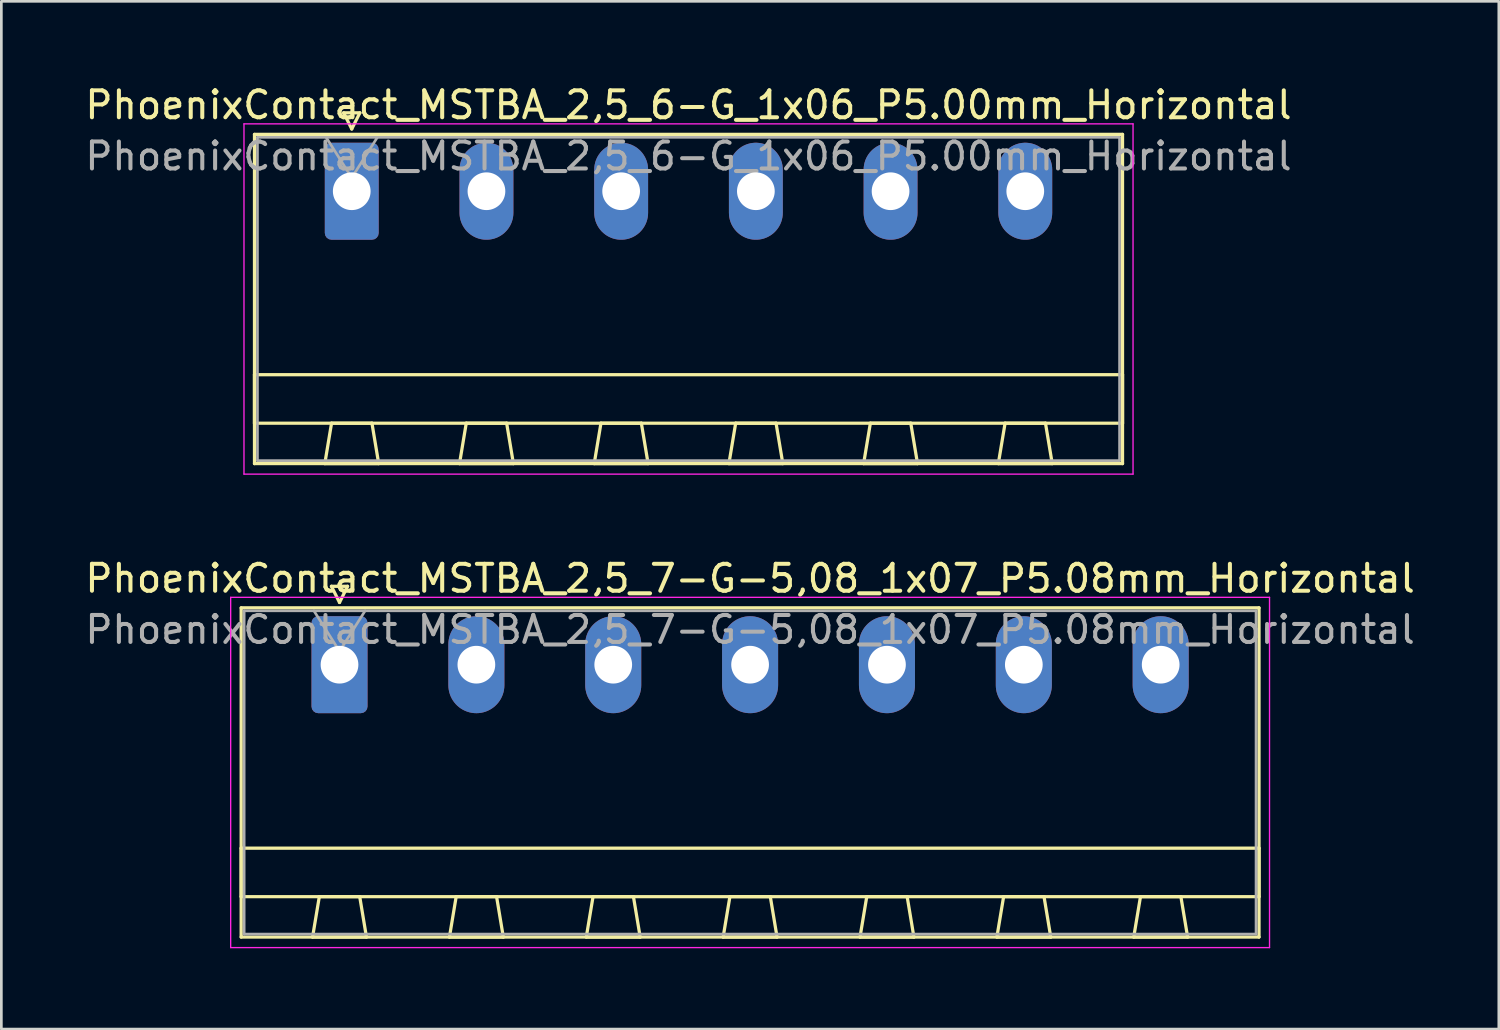
<source format=kicad_pcb>
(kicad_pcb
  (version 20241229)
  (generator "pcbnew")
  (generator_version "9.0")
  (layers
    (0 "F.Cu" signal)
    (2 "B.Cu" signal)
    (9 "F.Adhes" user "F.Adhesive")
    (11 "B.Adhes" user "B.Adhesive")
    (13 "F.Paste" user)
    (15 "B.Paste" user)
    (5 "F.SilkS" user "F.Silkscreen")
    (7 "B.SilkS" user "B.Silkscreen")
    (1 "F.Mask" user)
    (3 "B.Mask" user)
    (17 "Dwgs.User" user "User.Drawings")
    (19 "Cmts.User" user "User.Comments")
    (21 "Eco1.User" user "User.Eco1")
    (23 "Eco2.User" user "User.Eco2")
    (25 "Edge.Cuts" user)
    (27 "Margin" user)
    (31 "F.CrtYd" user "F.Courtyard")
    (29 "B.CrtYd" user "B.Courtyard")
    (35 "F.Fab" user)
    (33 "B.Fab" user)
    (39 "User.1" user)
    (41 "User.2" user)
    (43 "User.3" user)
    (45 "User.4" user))
  (footprint "PhoenixContact_MSTBA_2,5_6-G_1x06_P5.00mm_Horizontal"
    (layer "F.Cu")
    (at 10.006 4.048)
    (property "Reference" "PhoenixContact_MSTBA_2,5_6-G_1x06_P5.00mm_Horizontal" (at 12.5 -3.2 0) (layer "F.SilkS") (effects (font (size 1 1) (thickness 0.15))))
    (attr through_hole)
    (fp_line (start -3.61 -2.11) (end -3.61 10.11) (stroke (width 0.12) (type solid)) (layer "F.SilkS"))
    (fp_line (start -3.61 6.81) (end 28.61 6.81) (stroke (width 0.12) (type solid)) (layer "F.SilkS"))
    (fp_line (start -3.61 8.61) (end -3.61 6.81) (stroke (width 0.12) (type solid)) (layer "F.SilkS"))
    (fp_line (start -3.61 10.11) (end 28.61 10.11) (stroke (width 0.12) (type solid)) (layer "F.SilkS"))
    (fp_line (start -1 10.11) (end 1 10.11) (stroke (width 0.12) (type solid)) (layer "F.SilkS"))
    (fp_line (start -0.75 8.61) (end -1 10.11) (stroke (width 0.12) (type solid)) (layer "F.SilkS"))
    (fp_line (start -0.3 -2.91) (end 0.3 -2.91) (stroke (width 0.12) (type solid)) (layer "F.SilkS"))
    (fp_line (start 0 -2.31) (end -0.3 -2.91) (stroke (width 0.12) (type solid)) (layer "F.SilkS"))
    (fp_line (start 0.3 -2.91) (end 0 -2.31) (stroke (width 0.12) (type solid)) (layer "F.SilkS"))
    (fp_line (start 0.75 8.61) (end -0.75 8.61) (stroke (width 0.12) (type solid)) (layer "F.SilkS"))
    (fp_line (start 1 10.11) (end 0.75 8.61) (stroke (width 0.12) (type solid)) (layer "F.SilkS"))
    (fp_line (start 4 10.11) (end 6 10.11) (stroke (width 0.12) (type solid)) (layer "F.SilkS"))
    (fp_line (start 4.25 8.61) (end 4 10.11) (stroke (width 0.12) (type solid)) (layer "F.SilkS"))
    (fp_line (start 5.75 8.61) (end 4.25 8.61) (stroke (width 0.12) (type solid)) (layer "F.SilkS"))
    (fp_line (start 6 10.11) (end 5.75 8.61) (stroke (width 0.12) (type solid)) (layer "F.SilkS"))
    (fp_line (start 9 10.11) (end 11 10.11) (stroke (width 0.12) (type solid)) (layer "F.SilkS"))
    (fp_line (start 9.25 8.61) (end 9 10.11) (stroke (width 0.12) (type solid)) (layer "F.SilkS"))
    (fp_line (start 10.75 8.61) (end 9.25 8.61) (stroke (width 0.12) (type solid)) (layer "F.SilkS"))
    (fp_line (start 11 10.11) (end 10.75 8.61) (stroke (width 0.12) (type solid)) (layer "F.SilkS"))
    (fp_line (start 14 10.11) (end 16 10.11) (stroke (width 0.12) (type solid)) (layer "F.SilkS"))
    (fp_line (start 14.25 8.61) (end 14 10.11) (stroke (width 0.12) (type solid)) (layer "F.SilkS"))
    (fp_line (start 15.75 8.61) (end 14.25 8.61) (stroke (width 0.12) (type solid)) (layer "F.SilkS"))
    (fp_line (start 16 10.11) (end 15.75 8.61) (stroke (width 0.12) (type solid)) (layer "F.SilkS"))
    (fp_line (start 19 10.11) (end 21 10.11) (stroke (width 0.12) (type solid)) (layer "F.SilkS"))
    (fp_line (start 19.25 8.61) (end 19 10.11) (stroke (width 0.12) (type solid)) (layer "F.SilkS"))
    (fp_line (start 20.75 8.61) (end 19.25 8.61) (stroke (width 0.12) (type solid)) (layer "F.SilkS"))
    (fp_line (start 21 10.11) (end 20.75 8.61) (stroke (width 0.12) (type solid)) (layer "F.SilkS"))
    (fp_line (start 24 10.11) (end 26 10.11) (stroke (width 0.12) (type solid)) (layer "F.SilkS"))
    (fp_line (start 24.25 8.61) (end 24 10.11) (stroke (width 0.12) (type solid)) (layer "F.SilkS"))
    (fp_line (start 25.75 8.61) (end 24.25 8.61) (stroke (width 0.12) (type solid)) (layer "F.SilkS"))
    (fp_line (start 26 10.11) (end 25.75 8.61) (stroke (width 0.12) (type solid)) (layer "F.SilkS"))
    (fp_line (start 28.61 -2.11) (end -3.61 -2.11) (stroke (width 0.12) (type solid)) (layer "F.SilkS"))
    (fp_line (start 28.61 6.81) (end 28.61 8.61) (stroke (width 0.12) (type solid)) (layer "F.SilkS"))
    (fp_line (start 28.61 8.61) (end -3.61 8.61) (stroke (width 0.12) (type solid)) (layer "F.SilkS"))
    (fp_line (start 28.61 10.11) (end 28.61 -2.11) (stroke (width 0.12) (type solid)) (layer "F.SilkS"))
    (fp_line (start -4 -2.5) (end -4 10.5) (stroke (width 0.05) (type solid)) (layer "F.CrtYd"))
    (fp_line (start -4 10.5) (end 29 10.5) (stroke (width 0.05) (type solid)) (layer "F.CrtYd"))
    (fp_line (start 29 -2.5) (end -4 -2.5) (stroke (width 0.05) (type solid)) (layer "F.CrtYd"))
    (fp_line (start 29 10.5) (end 29 -2.5) (stroke (width 0.05) (type solid)) (layer "F.CrtYd"))
    (fp_line (start -3.5 -2) (end -3.5 10) (stroke (width 0.1) (type solid)) (layer "F.Fab"))
    (fp_line (start -3.5 10) (end 28.5 10) (stroke (width 0.1) (type solid)) (layer "F.Fab"))
    (fp_line (start 0 -0.5) (end -0.95 -2) (stroke (width 0.1) (type solid)) (layer "F.Fab"))
    (fp_line (start 0.95 -2) (end 0 -0.5) (stroke (width 0.1) (type solid)) (layer "F.Fab"))
    (fp_line (start 28.5 -2) (end -3.5 -2) (stroke (width 0.1) (type solid)) (layer "F.Fab"))
    (fp_line (start 28.5 10) (end 28.5 -2) (stroke (width 0.1) (type solid)) (layer "F.Fab"))
    (fp_text user "${REFERENCE}" (at 12.5 -1.3 0) (layer "F.Fab") (effects (font (size 1 1) (thickness 0.15))))
    (pad "1" thru_hole roundrect (at 0 0) (size 2 3.6) (drill 1.4) (layers "*.Cu" "*.Mask") (roundrect_rratio 0.125))
    (pad "2" thru_hole oval (at 5 0) (size 2 3.6) (drill 1.4) (layers "*.Cu" "*.Mask"))
    (pad "3" thru_hole oval (at 10 0) (size 2 3.6) (drill 1.4) (layers "*.Cu" "*.Mask"))
    (pad "4" thru_hole oval (at 15 0) (size 2 3.6) (drill 1.4) (layers "*.Cu" "*.Mask"))
    (pad "5" thru_hole oval (at 20 0) (size 2 3.6) (drill 1.4) (layers "*.Cu" "*.Mask"))
    (pad "6" thru_hole oval (at 25 0) (size 2 3.6) (drill 1.4) (layers "*.Cu" "*.Mask")))
  (footprint "PhoenixContact_MSTBA_2,5_7-G-5,08_1x07_P5.08mm_Horizontal"
    (layer "F.Cu")
    (at 9.552 21.622)
    (property "Reference" "PhoenixContact_MSTBA_2,5_7-G-5,08_1x07_P5.08mm_Horizontal" (at 15.24 -3.2 0) (layer "F.SilkS") (effects (font (size 1 1) (thickness 0.15))))
    (attr through_hole)
    (fp_line (start -3.65 -2.11) (end -3.65 10.11) (stroke (width 0.12) (type solid)) (layer "F.SilkS"))
    (fp_line (start -3.65 6.81) (end 34.13 6.81) (stroke (width 0.12) (type solid)) (layer "F.SilkS"))
    (fp_line (start -3.65 8.61) (end -3.65 6.81) (stroke (width 0.12) (type solid)) (layer "F.SilkS"))
    (fp_line (start -3.65 10.11) (end 34.13 10.11) (stroke (width 0.12) (type solid)) (layer "F.SilkS"))
    (fp_line (start -1 10.11) (end 1 10.11) (stroke (width 0.12) (type solid)) (layer "F.SilkS"))
    (fp_line (start -0.75 8.61) (end -1 10.11) (stroke (width 0.12) (type solid)) (layer "F.SilkS"))
    (fp_line (start -0.3 -2.91) (end 0.3 -2.91) (stroke (width 0.12) (type solid)) (layer "F.SilkS"))
    (fp_line (start 0 -2.31) (end -0.3 -2.91) (stroke (width 0.12) (type solid)) (layer "F.SilkS"))
    (fp_line (start 0.3 -2.91) (end 0 -2.31) (stroke (width 0.12) (type solid)) (layer "F.SilkS"))
    (fp_line (start 0.75 8.61) (end -0.75 8.61) (stroke (width 0.12) (type solid)) (layer "F.SilkS"))
    (fp_line (start 1 10.11) (end 0.75 8.61) (stroke (width 0.12) (type solid)) (layer "F.SilkS"))
    (fp_line (start 4.08 10.11) (end 6.08 10.11) (stroke (width 0.12) (type solid)) (layer "F.SilkS"))
    (fp_line (start 4.33 8.61) (end 4.08 10.11) (stroke (width 0.12) (type solid)) (layer "F.SilkS"))
    (fp_line (start 5.83 8.61) (end 4.33 8.61) (stroke (width 0.12) (type solid)) (layer "F.SilkS"))
    (fp_line (start 6.08 10.11) (end 5.83 8.61) (stroke (width 0.12) (type solid)) (layer "F.SilkS"))
    (fp_line (start 9.16 10.11) (end 11.16 10.11) (stroke (width 0.12) (type solid)) (layer "F.SilkS"))
    (fp_line (start 9.41 8.61) (end 9.16 10.11) (stroke (width 0.12) (type solid)) (layer "F.SilkS"))
    (fp_line (start 10.91 8.61) (end 9.41 8.61) (stroke (width 0.12) (type solid)) (layer "F.SilkS"))
    (fp_line (start 11.16 10.11) (end 10.91 8.61) (stroke (width 0.12) (type solid)) (layer "F.SilkS"))
    (fp_line (start 14.24 10.11) (end 16.24 10.11) (stroke (width 0.12) (type solid)) (layer "F.SilkS"))
    (fp_line (start 14.49 8.61) (end 14.24 10.11) (stroke (width 0.12) (type solid)) (layer "F.SilkS"))
    (fp_line (start 15.99 8.61) (end 14.49 8.61) (stroke (width 0.12) (type solid)) (layer "F.SilkS"))
    (fp_line (start 16.24 10.11) (end 15.99 8.61) (stroke (width 0.12) (type solid)) (layer "F.SilkS"))
    (fp_line (start 19.32 10.11) (end 21.32 10.11) (stroke (width 0.12) (type solid)) (layer "F.SilkS"))
    (fp_line (start 19.57 8.61) (end 19.32 10.11) (stroke (width 0.12) (type solid)) (layer "F.SilkS"))
    (fp_line (start 21.07 8.61) (end 19.57 8.61) (stroke (width 0.12) (type solid)) (layer "F.SilkS"))
    (fp_line (start 21.32 10.11) (end 21.07 8.61) (stroke (width 0.12) (type solid)) (layer "F.SilkS"))
    (fp_line (start 24.4 10.11) (end 26.4 10.11) (stroke (width 0.12) (type solid)) (layer "F.SilkS"))
    (fp_line (start 24.65 8.61) (end 24.4 10.11) (stroke (width 0.12) (type solid)) (layer "F.SilkS"))
    (fp_line (start 26.15 8.61) (end 24.65 8.61) (stroke (width 0.12) (type solid)) (layer "F.SilkS"))
    (fp_line (start 26.4 10.11) (end 26.15 8.61) (stroke (width 0.12) (type solid)) (layer "F.SilkS"))
    (fp_line (start 29.48 10.11) (end 31.48 10.11) (stroke (width 0.12) (type solid)) (layer "F.SilkS"))
    (fp_line (start 29.73 8.61) (end 29.48 10.11) (stroke (width 0.12) (type solid)) (layer "F.SilkS"))
    (fp_line (start 31.23 8.61) (end 29.73 8.61) (stroke (width 0.12) (type solid)) (layer "F.SilkS"))
    (fp_line (start 31.48 10.11) (end 31.23 8.61) (stroke (width 0.12) (type solid)) (layer "F.SilkS"))
    (fp_line (start 34.13 -2.11) (end -3.65 -2.11) (stroke (width 0.12) (type solid)) (layer "F.SilkS"))
    (fp_line (start 34.13 6.81) (end 34.13 8.61) (stroke (width 0.12) (type solid)) (layer "F.SilkS"))
    (fp_line (start 34.13 8.61) (end -3.65 8.61) (stroke (width 0.12) (type solid)) (layer "F.SilkS"))
    (fp_line (start 34.13 10.11) (end 34.13 -2.11) (stroke (width 0.12) (type solid)) (layer "F.SilkS"))
    (fp_line (start -4.04 -2.5) (end -4.04 10.5) (stroke (width 0.05) (type solid)) (layer "F.CrtYd"))
    (fp_line (start -4.04 10.5) (end 34.52 10.5) (stroke (width 0.05) (type solid)) (layer "F.CrtYd"))
    (fp_line (start 34.52 -2.5) (end -4.04 -2.5) (stroke (width 0.05) (type solid)) (layer "F.CrtYd"))
    (fp_line (start 34.52 10.5) (end 34.52 -2.5) (stroke (width 0.05) (type solid)) (layer "F.CrtYd"))
    (fp_line (start -3.54 -2) (end -3.54 10) (stroke (width 0.1) (type solid)) (layer "F.Fab"))
    (fp_line (start -3.54 10) (end 34.02 10) (stroke (width 0.1) (type solid)) (layer "F.Fab"))
    (fp_line (start 0 -0.5) (end -0.95 -2) (stroke (width 0.1) (type solid)) (layer "F.Fab"))
    (fp_line (start 0.95 -2) (end 0 -0.5) (stroke (width 0.1) (type solid)) (layer "F.Fab"))
    (fp_line (start 34.02 -2) (end -3.54 -2) (stroke (width 0.1) (type solid)) (layer "F.Fab"))
    (fp_line (start 34.02 10) (end 34.02 -2) (stroke (width 0.1) (type solid)) (layer "F.Fab"))
    (fp_text user "${REFERENCE}" (at 15.24 -1.3 0) (layer "F.Fab") (effects (font (size 1 1) (thickness 0.15))))
    (pad "1" thru_hole roundrect (at 0 0) (size 2.08 3.6) (drill 1.4) (layers "*.Cu" "*.Mask") (roundrect_rratio 0.12))
    (pad "2" thru_hole oval (at 5.08 0) (size 2.08 3.6) (drill 1.4) (layers "*.Cu" "*.Mask"))
    (pad "3" thru_hole oval (at 10.16 0) (size 2.08 3.6) (drill 1.4) (layers "*.Cu" "*.Mask"))
    (pad "4" thru_hole oval (at 15.24 0) (size 2.08 3.6) (drill 1.4) (layers "*.Cu" "*.Mask"))
    (pad "5" thru_hole oval (at 20.32 0) (size 2.08 3.6) (drill 1.4) (layers "*.Cu" "*.Mask"))
    (pad "6" thru_hole oval (at 25.4 0) (size 2.08 3.6) (drill 1.4) (layers "*.Cu" "*.Mask"))
    (pad "7" thru_hole oval (at 30.48 0) (size 2.08 3.6) (drill 1.4) (layers "*.Cu" "*.Mask")))
  (gr_rect
    (start -3 -3)
    (end 52.583 35.147)
    (stroke (width 0.1) (type default))
    (fill no)
    (layer "Edge.Cuts")))
</source>
